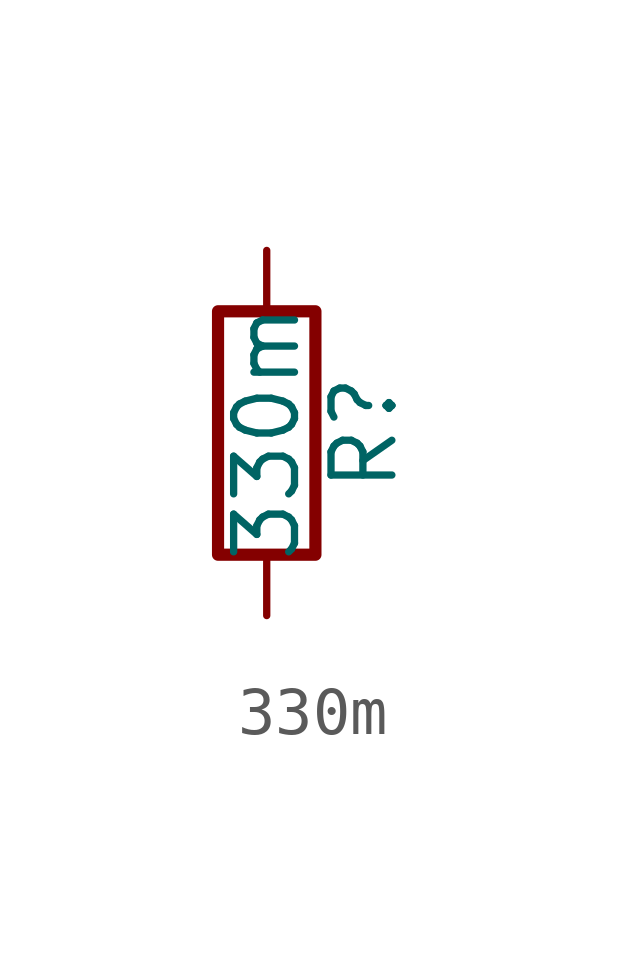
<source format=kicad_sym>
(kicad_symbol_lib
  (version 20220914)
  (generator kicad_db_lib)
  (symbol "330m"
    (pin_numbers hide)
    (pin_names
      (offset 0))
    (property "Reference" "R"
      (at 2.032 0 90)
      (effects (font (size 1.27 1.27))))
    (property "Value" "330m"
      (at 0 0 90)
      (effects (font (size 1.27 1.27))))
    (symbol "330m_0_1"
      (rectangle (start -1.016 -2.54) (end 1.016 2.54) (stroke (width 0.254) (type default)) (fill (type none))))
    (symbol "330m_1_1"
      (pin passive line (at 0 3.81 270) (length 1.27) (name "~" (effects (font (size 1.27 1.27)))) (number "1" (effects (font (size 1.27 1.27)))))
      (pin passive line (at 0 -3.81 90) (length 1.27) (name "~" (effects (font (size 1.27 1.27)))) (number "2" (effects (font (size 1.27 1.27))))))))
</source>
